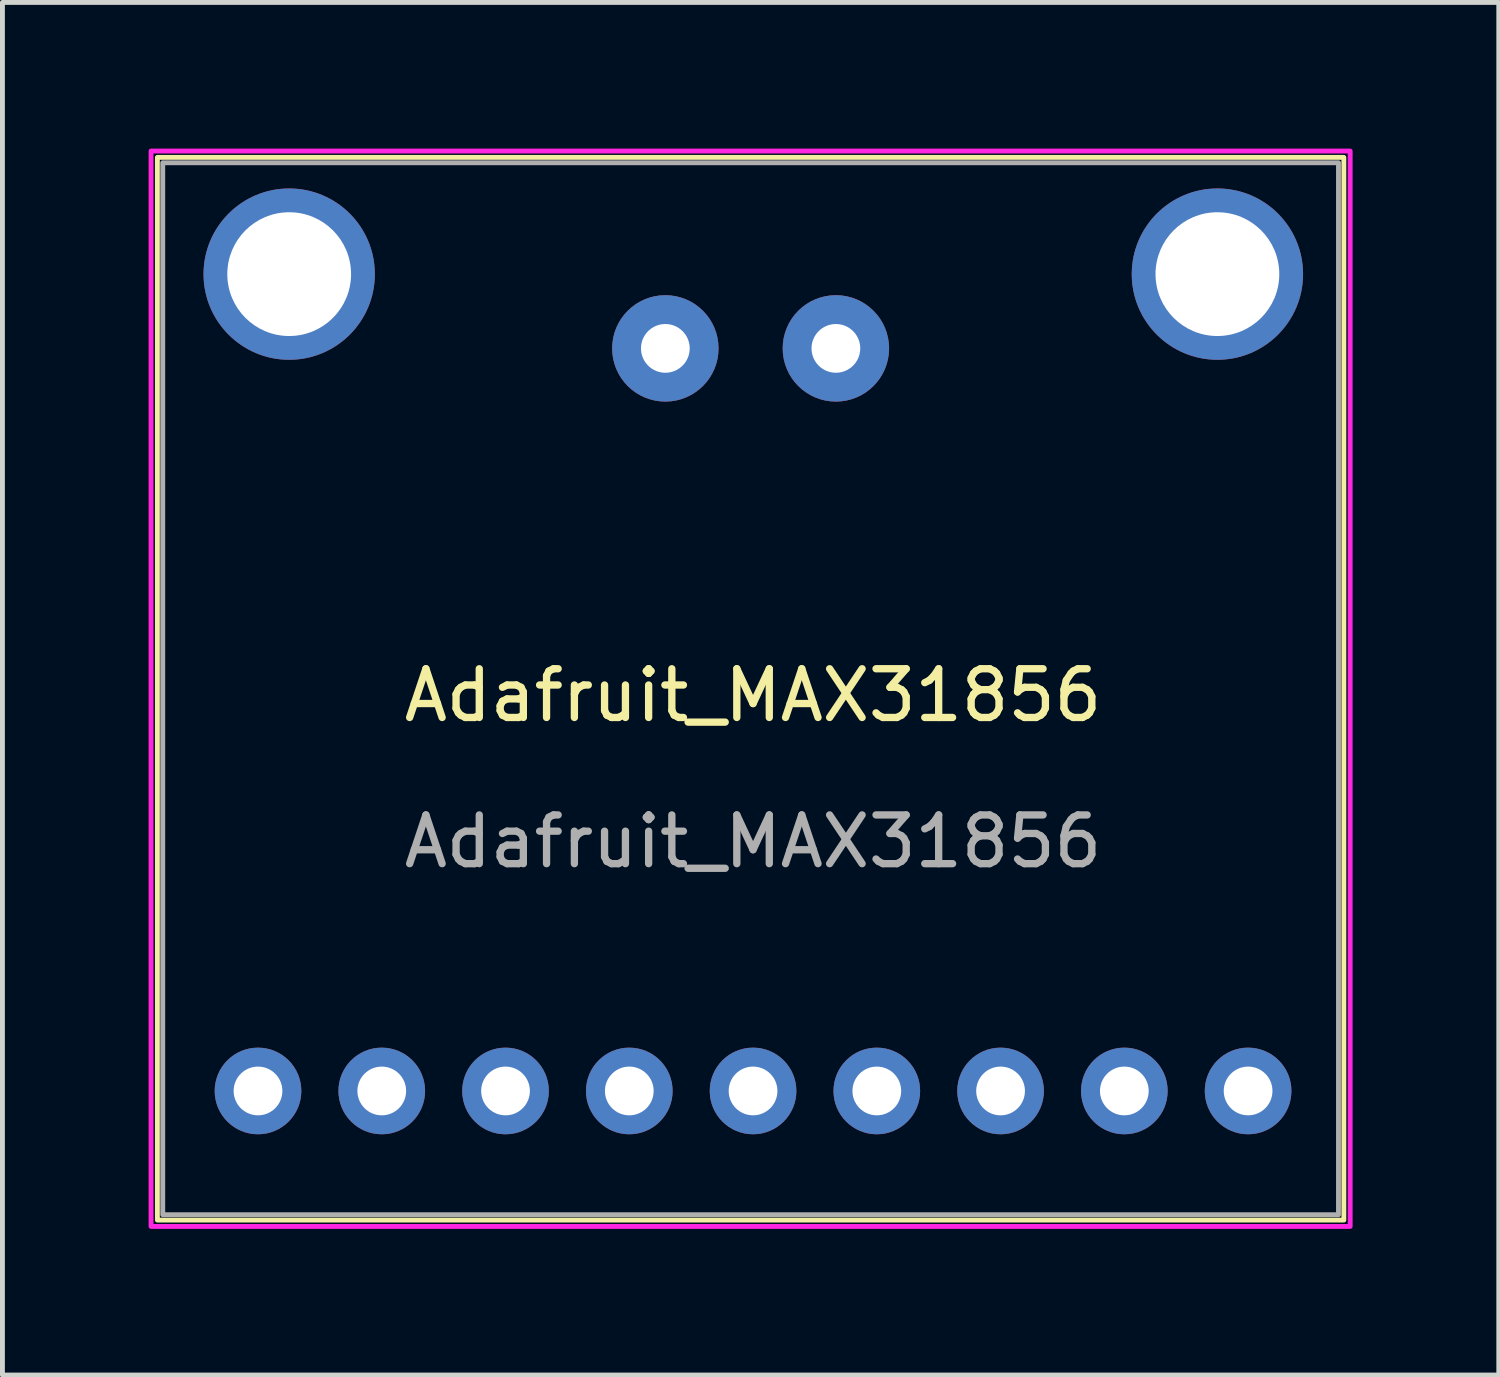
<source format=kicad_pcb>
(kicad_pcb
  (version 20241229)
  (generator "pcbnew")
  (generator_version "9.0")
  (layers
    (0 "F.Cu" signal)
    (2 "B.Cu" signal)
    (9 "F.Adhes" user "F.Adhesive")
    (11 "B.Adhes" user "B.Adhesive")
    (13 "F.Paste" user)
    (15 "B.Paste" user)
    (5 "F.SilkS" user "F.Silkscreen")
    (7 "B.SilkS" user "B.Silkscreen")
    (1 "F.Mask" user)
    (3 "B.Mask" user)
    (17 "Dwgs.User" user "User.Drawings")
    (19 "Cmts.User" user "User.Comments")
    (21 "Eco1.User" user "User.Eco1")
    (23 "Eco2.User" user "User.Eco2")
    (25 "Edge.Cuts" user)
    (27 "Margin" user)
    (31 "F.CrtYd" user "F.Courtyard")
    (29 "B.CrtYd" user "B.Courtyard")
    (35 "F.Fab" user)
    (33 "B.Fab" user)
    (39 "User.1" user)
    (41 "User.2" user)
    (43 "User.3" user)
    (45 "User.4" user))
  (footprint "Adafruit_MAX31856"
    (layer "F.Cu")
    (at 12.405 11.72)
    (property "Reference" "Adafruit_MAX31856" (at 0 -0.5 0) (unlocked yes) (layer "F.SilkS") (effects (font (size 1 1) (thickness 0.15))))
    (fp_rect (start -12.225 10.27) (end 12.125 -11.54) (stroke (width 0.1) (type default)) (fill no) (layer "F.SilkS"))
    (fp_rect (start -12.355 10.4) (end 12.255 -11.67) (stroke (width 0.1) (type default)) (fill no) (layer "F.CrtYd"))
    (fp_rect (start -12.115 10.16) (end 12.015 -11.43) (stroke (width 0.1) (type default)) (fill no) (layer "F.Fab"))
    (fp_text user "${REFERENCE}" (at 0 2.5 0) (unlocked yes) (layer "F.Fab") (effects (font (size 1 1) (thickness 0.15))))
    (pad "1" thru_hole circle (at -10.16 7.62) (size 1.778 1.778) (drill 1) (layers "*.Cu" "*.Mask"))
    (pad "2" thru_hole circle (at -7.62 7.62) (size 1.778 1.778) (drill 1) (layers "*.Cu" "*.Mask"))
    (pad "3" thru_hole circle (at -5.08 7.62) (size 1.778 1.778) (drill 1) (layers "*.Cu" "*.Mask"))
    (pad "4" thru_hole circle (at -2.54 7.62) (size 1.778 1.778) (drill 1) (layers "*.Cu" "*.Mask"))
    (pad "5" thru_hole circle (at 0 7.62) (size 1.778 1.778) (drill 1) (layers "*.Cu" "*.Mask"))
    (pad "6" thru_hole circle (at 2.54 7.62) (size 1.778 1.778) (drill 1) (layers "*.Cu" "*.Mask"))
    (pad "7" thru_hole circle (at 5.08 7.62 180) (size 1.778 1.778) (drill 1) (layers "*.Cu" "*.Mask"))
    (pad "8" thru_hole circle (at 7.62 7.62 180) (size 1.778 1.778) (drill 1) (layers "*.Cu" "*.Mask"))
    (pad "9" thru_hole circle (at 10.16 7.62 180) (size 1.778 1.778) (drill 1) (layers "*.Cu" "*.Mask"))
    (pad "10" thru_hole circle (at -1.8 -7.62) (size 2.184 2.184) (drill 1) (layers "*.Cu" "*.Mask"))
    (pad "11" thru_hole circle (at 1.7 -7.62) (size 2.184 2.184) (drill 1) (layers "*.Cu" "*.Mask"))
    (pad "12" thru_hole circle (at -9.52 -9.144) (size 3.516 3.516) (drill 2.54) (layers "*.Cu" "*.Mask"))
    (pad "13" thru_hole circle (at 9.53 -9.144) (size 3.516 3.516) (drill 2.54) (layers "*.Cu" "*.Mask")))
  (gr_rect
    (start -3 -3)
    (end 27.71 25.17)
    (stroke (width 0.1) (type default))
    (fill no)
    (layer "Edge.Cuts")))
</source>
